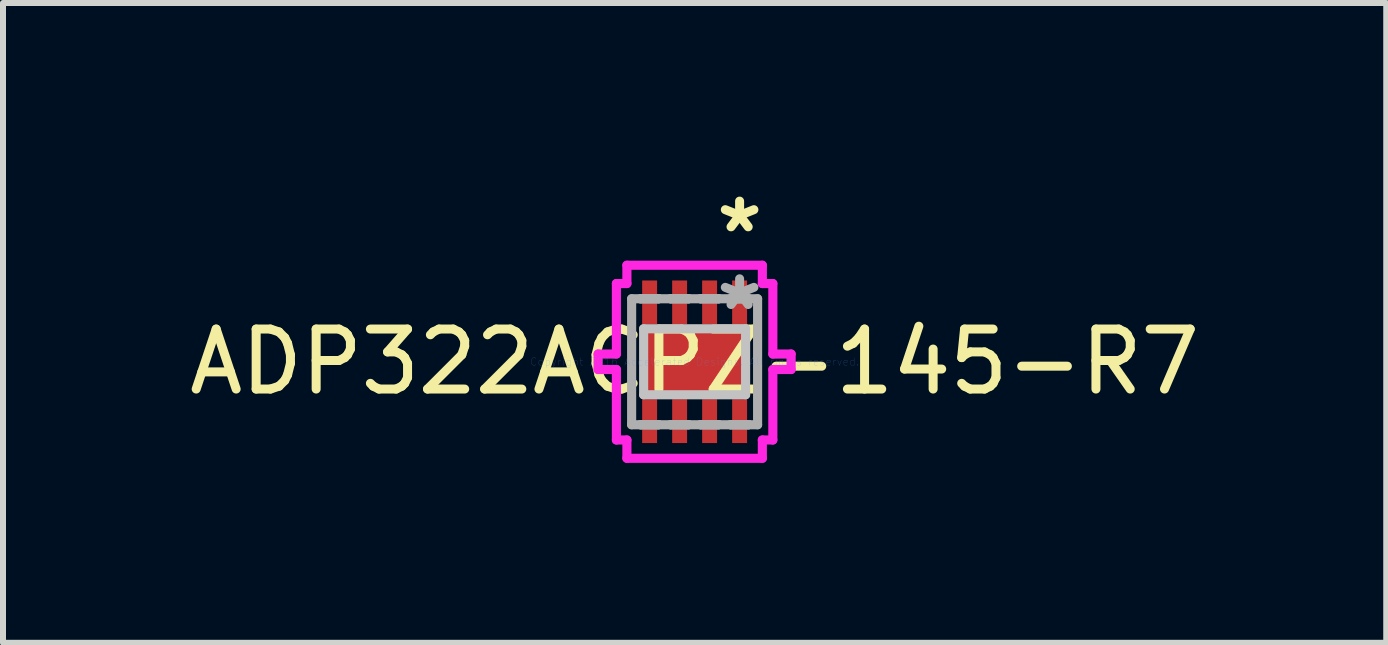
<source format=kicad_pcb>
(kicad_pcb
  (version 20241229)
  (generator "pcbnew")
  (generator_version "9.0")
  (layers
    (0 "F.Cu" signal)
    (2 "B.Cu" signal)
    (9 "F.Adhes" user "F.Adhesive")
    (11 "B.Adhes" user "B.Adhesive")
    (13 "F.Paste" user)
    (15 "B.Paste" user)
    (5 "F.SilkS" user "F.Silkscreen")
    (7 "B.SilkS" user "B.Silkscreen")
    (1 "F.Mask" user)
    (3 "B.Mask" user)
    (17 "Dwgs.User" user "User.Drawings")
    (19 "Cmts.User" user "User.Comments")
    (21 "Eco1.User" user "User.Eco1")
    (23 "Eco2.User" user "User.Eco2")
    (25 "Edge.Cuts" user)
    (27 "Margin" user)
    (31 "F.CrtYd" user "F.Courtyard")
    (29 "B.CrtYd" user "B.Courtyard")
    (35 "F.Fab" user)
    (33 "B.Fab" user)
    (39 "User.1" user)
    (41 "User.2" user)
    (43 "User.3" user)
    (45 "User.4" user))
  (footprint "ADP322ACPZ-145-R7"
    (layer "F.Cu")
    (at 8.53 2.981)
    (property "Reference" "ADP322ACPZ-145-R7" (at 0 0 0) (layer "F.SilkS") (effects (font (size 1 1) (thickness 0.15))))
    (attr through_hole)
    (fp_line (start -0.85 -0.55) (end -0.85 0.55) (stroke (width 0.152) (type solid)) (layer "Dwgs.User"))
    (fp_line (start -0.85 0.55) (end 0.85 0.55) (stroke (width 0.152) (type solid)) (layer "Dwgs.User"))
    (fp_line (start 0.85 -0.55) (end -0.85 -0.55) (stroke (width 0.152) (type solid)) (layer "Dwgs.User"))
    (fp_line (start 0.85 0.55) (end 0.85 -0.55) (stroke (width 0.152) (type solid)) (layer "Dwgs.User"))
    (fp_line (start -1.609 -0.129) (end -1.304 -0.129) (stroke (width 0.152) (type solid)) (layer "F.CrtYd"))
    (fp_line (start -1.609 0.129) (end -1.609 -0.129) (stroke (width 0.152) (type solid)) (layer "F.CrtYd"))
    (fp_line (start -1.304 -1.304) (end -1.129 -1.304) (stroke (width 0.152) (type solid)) (layer "F.CrtYd"))
    (fp_line (start -1.304 -0.129) (end -1.304 -1.304) (stroke (width 0.152) (type solid)) (layer "F.CrtYd"))
    (fp_line (start -1.304 0.129) (end -1.609 0.129) (stroke (width 0.152) (type solid)) (layer "F.CrtYd"))
    (fp_line (start -1.304 1.304) (end -1.304 0.129) (stroke (width 0.152) (type solid)) (layer "F.CrtYd"))
    (fp_line (start -1.129 -1.609) (end 1.129 -1.609) (stroke (width 0.152) (type solid)) (layer "F.CrtYd"))
    (fp_line (start -1.129 -1.304) (end -1.129 -1.609) (stroke (width 0.152) (type solid)) (layer "F.CrtYd"))
    (fp_line (start -1.129 1.304) (end -1.304 1.304) (stroke (width 0.152) (type solid)) (layer "F.CrtYd"))
    (fp_line (start -1.129 1.609) (end -1.129 1.304) (stroke (width 0.152) (type solid)) (layer "F.CrtYd"))
    (fp_line (start 1.129 -1.609) (end 1.129 -1.304) (stroke (width 0.152) (type solid)) (layer "F.CrtYd"))
    (fp_line (start 1.129 -1.304) (end 1.304 -1.304) (stroke (width 0.152) (type solid)) (layer "F.CrtYd"))
    (fp_line (start 1.129 1.304) (end 1.129 1.609) (stroke (width 0.152) (type solid)) (layer "F.CrtYd"))
    (fp_line (start 1.129 1.609) (end -1.129 1.609) (stroke (width 0.152) (type solid)) (layer "F.CrtYd"))
    (fp_line (start 1.304 -1.304) (end 1.304 -0.129) (stroke (width 0.152) (type solid)) (layer "F.CrtYd"))
    (fp_line (start 1.304 -0.129) (end 1.609 -0.129) (stroke (width 0.152) (type solid)) (layer "F.CrtYd"))
    (fp_line (start 1.304 0.129) (end 1.304 1.304) (stroke (width 0.152) (type solid)) (layer "F.CrtYd"))
    (fp_line (start 1.304 1.304) (end 1.129 1.304) (stroke (width 0.152) (type solid)) (layer "F.CrtYd"))
    (fp_line (start 1.609 -0.129) (end 1.609 0.129) (stroke (width 0.152) (type solid)) (layer "F.CrtYd"))
    (fp_line (start 1.609 0.129) (end 1.304 0.129) (stroke (width 0.152) (type solid)) (layer "F.CrtYd"))
    (fp_line (start -1.05 -1.05) (end -1.05 1.05) (stroke (width 0.152) (type solid)) (layer "F.Fab"))
    (fp_line (start -1.05 1.05) (end 1.05 1.05) (stroke (width 0.152) (type solid)) (layer "F.Fab"))
    (fp_line (start -0.9 -1.05) (end -0.9 -1.05) (stroke (width 0.152) (type solid)) (layer "F.Fab"))
    (fp_line (start -0.9 -1.05) (end -0.6 -1.05) (stroke (width 0.152) (type solid)) (layer "F.Fab"))
    (fp_line (start -0.9 1.05) (end -0.9 1.05) (stroke (width 0.152) (type solid)) (layer "F.Fab"))
    (fp_line (start -0.9 1.05) (end -0.6 1.05) (stroke (width 0.152) (type solid)) (layer "F.Fab"))
    (fp_line (start -0.6 -1.05) (end -0.9 -1.05) (stroke (width 0.152) (type solid)) (layer "F.Fab"))
    (fp_line (start -0.6 -1.05) (end -0.6 -1.05) (stroke (width 0.152) (type solid)) (layer "F.Fab"))
    (fp_line (start -0.6 1.05) (end -0.9 1.05) (stroke (width 0.152) (type solid)) (layer "F.Fab"))
    (fp_line (start -0.6 1.05) (end -0.6 1.05) (stroke (width 0.152) (type solid)) (layer "F.Fab"))
    (fp_line (start -0.4 -1.05) (end -0.4 -1.05) (stroke (width 0.152) (type solid)) (layer "F.Fab"))
    (fp_line (start -0.4 -1.05) (end -0.1 -1.05) (stroke (width 0.152) (type solid)) (layer "F.Fab"))
    (fp_line (start -0.4 1.05) (end -0.4 1.05) (stroke (width 0.152) (type solid)) (layer "F.Fab"))
    (fp_line (start -0.4 1.05) (end -0.1 1.05) (stroke (width 0.152) (type solid)) (layer "F.Fab"))
    (fp_line (start -0.1 -1.05) (end -0.4 -1.05) (stroke (width 0.152) (type solid)) (layer "F.Fab"))
    (fp_line (start -0.1 -1.05) (end -0.1 -1.05) (stroke (width 0.152) (type solid)) (layer "F.Fab"))
    (fp_line (start -0.1 1.05) (end -0.4 1.05) (stroke (width 0.152) (type solid)) (layer "F.Fab"))
    (fp_line (start -0.1 1.05) (end -0.1 1.05) (stroke (width 0.152) (type solid)) (layer "F.Fab"))
    (fp_line (start 0.1 -1.05) (end 0.1 -1.05) (stroke (width 0.152) (type solid)) (layer "F.Fab"))
    (fp_line (start 0.1 -1.05) (end 0.4 -1.05) (stroke (width 0.152) (type solid)) (layer "F.Fab"))
    (fp_line (start 0.1 1.05) (end 0.1 1.05) (stroke (width 0.152) (type solid)) (layer "F.Fab"))
    (fp_line (start 0.1 1.05) (end 0.4 1.05) (stroke (width 0.152) (type solid)) (layer "F.Fab"))
    (fp_line (start 0.4 -1.05) (end 0.1 -1.05) (stroke (width 0.152) (type solid)) (layer "F.Fab"))
    (fp_line (start 0.4 -1.05) (end 0.4 -1.05) (stroke (width 0.152) (type solid)) (layer "F.Fab"))
    (fp_line (start 0.4 1.05) (end 0.1 1.05) (stroke (width 0.152) (type solid)) (layer "F.Fab"))
    (fp_line (start 0.4 1.05) (end 0.4 1.05) (stroke (width 0.152) (type solid)) (layer "F.Fab"))
    (fp_line (start 0.6 -1.05) (end 0.6 -1.05) (stroke (width 0.152) (type solid)) (layer "F.Fab"))
    (fp_line (start 0.6 -1.05) (end 0.9 -1.05) (stroke (width 0.152) (type solid)) (layer "F.Fab"))
    (fp_line (start 0.6 1.05) (end 0.6 1.05) (stroke (width 0.152) (type solid)) (layer "F.Fab"))
    (fp_line (start 0.6 1.05) (end 0.9 1.05) (stroke (width 0.152) (type solid)) (layer "F.Fab"))
    (fp_line (start 0.9 -1.05) (end 0.6 -1.05) (stroke (width 0.152) (type solid)) (layer "F.Fab"))
    (fp_line (start 0.9 -1.05) (end 0.9 -1.05) (stroke (width 0.152) (type solid)) (layer "F.Fab"))
    (fp_line (start 0.9 1.05) (end 0.6 1.05) (stroke (width 0.152) (type solid)) (layer "F.Fab"))
    (fp_line (start 0.9 1.05) (end 0.9 1.05) (stroke (width 0.152) (type solid)) (layer "F.Fab"))
    (fp_line (start 1.05 -1.05) (end -1.05 -1.05) (stroke (width 0.152) (type solid)) (layer "F.Fab"))
    (fp_line (start 1.05 1.05) (end 1.05 -1.05) (stroke (width 0.152) (type solid)) (layer "F.Fab"))
    (fp_text user "*" (at 0.75 -2.133 0) (layer "F.SilkS") (effects (font (size 1 1) (thickness 0.15))))
    (fp_text user "Copyright 2016 Accelerated Designs. All rights reserved." (at 0 0 0) (layer "Cmts.User") (effects (font (size 0.127 0.127) (thickness 0.002))))
    (fp_text user "*" (at 0.75 -0.838 0) (layer "F.Fab") (effects (font (size 1 1) (thickness 0.15))))
    (pad "1" smd rect (at 0.75 -0.99) (size 0.249 0.73) (layers "F.Cu" "F.Mask" "F.Paste"))
    (pad "2" smd rect (at 0.25 -0.99) (size 0.249 0.73) (layers "F.Cu" "F.Mask" "F.Paste"))
    (pad "3" smd rect (at -0.25 -0.99) (size 0.249 0.73) (layers "F.Cu" "F.Mask" "F.Paste"))
    (pad "4" smd rect (at -0.75 -0.99) (size 0.249 0.73) (layers "F.Cu" "F.Mask" "F.Paste"))
    (pad "5" smd rect (at -0.75 0.99) (size 0.249 0.73) (layers "F.Cu" "F.Mask" "F.Paste"))
    (pad "6" smd rect (at -0.25 0.99) (size 0.249 0.73) (layers "F.Cu" "F.Mask" "F.Paste"))
    (pad "7" smd rect (at 0.25 0.99) (size 0.249 0.73) (layers "F.Cu" "F.Mask" "F.Paste"))
    (pad "8" smd rect (at 0.75 0.99) (size 0.249 0.73) (layers "F.Cu" "F.Mask" "F.Paste"))
    (pad "HTAB" smd rect (at 0 0) (size 1.7 1.1) (layers "F.Cu" "F.Mask" "F.Paste")))
  (gr_rect
    (start -3 -3)
    (end 20.06 7.666)
    (stroke (width 0.1) (type default))
    (fill no)
    (layer "Edge.Cuts")))
</source>
